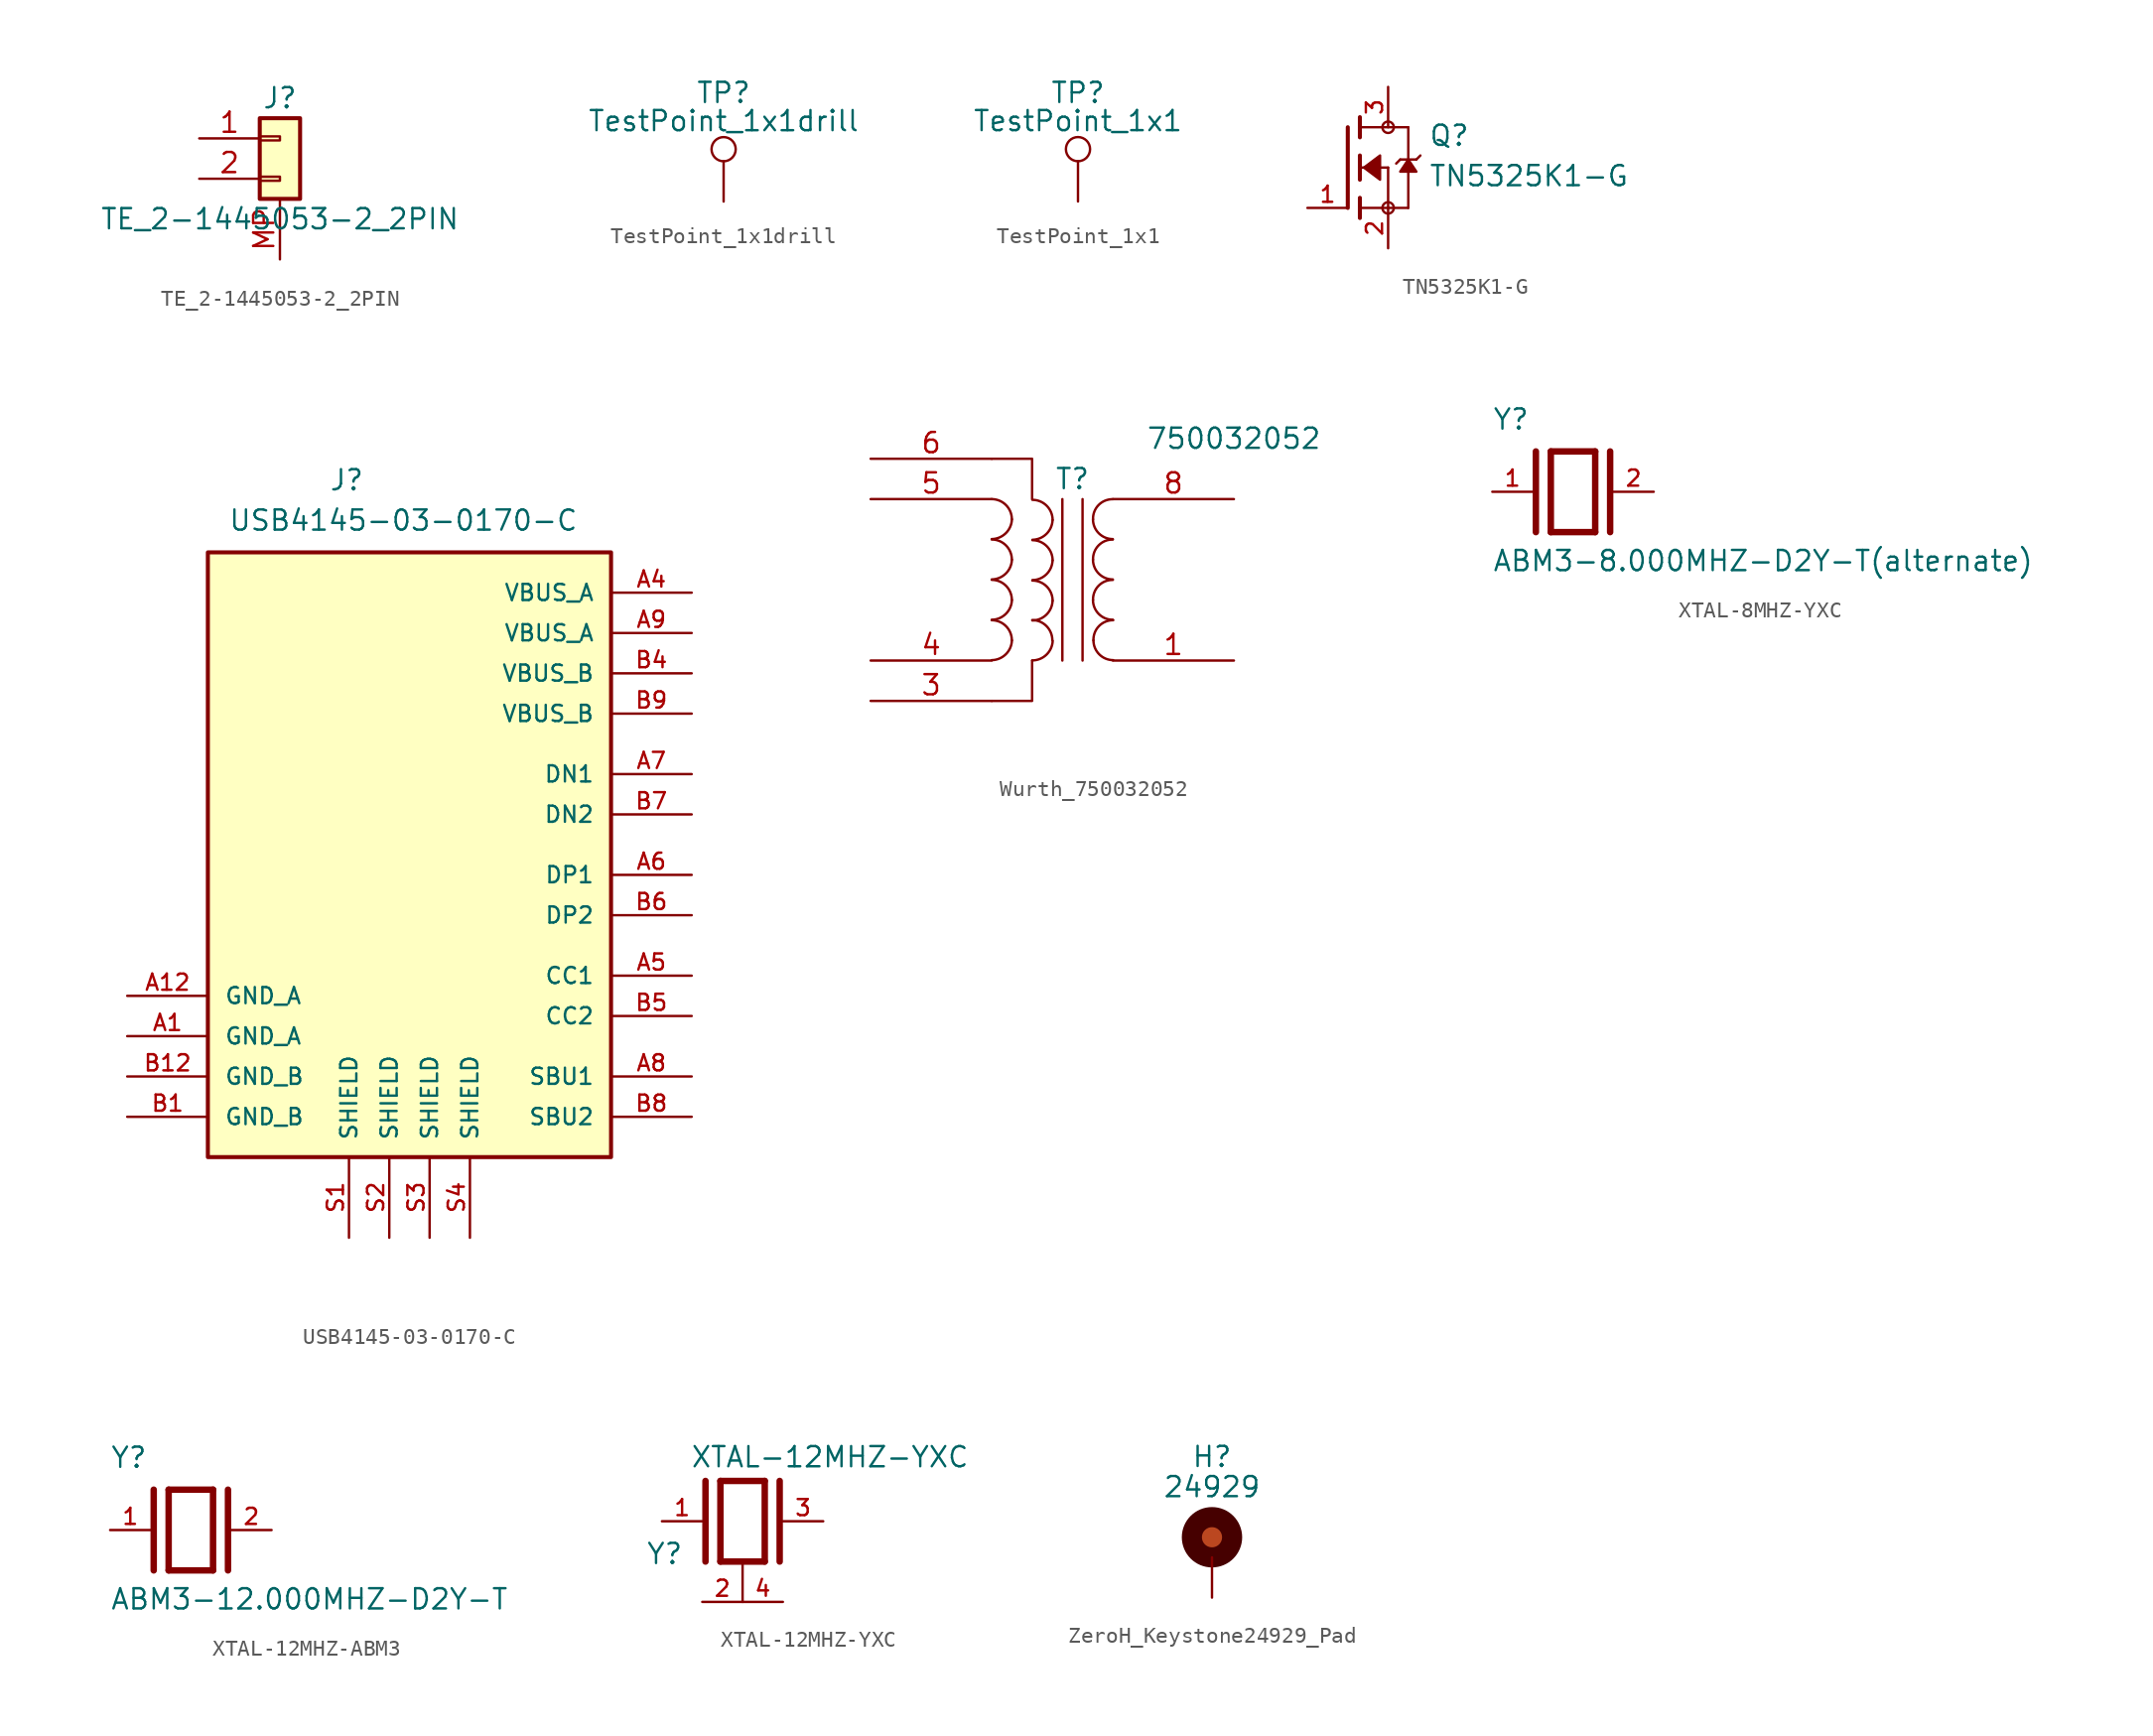
<source format=kicad_sym>
(kicad_symbol_lib
  (version 20241209)
  (generator "kicad_symbol_editor")
  (generator_version "9.0")
  (symbol "TE_2-1445053-2_2PIN"
    (pin_names
      (offset 1.016)
      (hide yes))
    (property "Reference" "J"
      (at 0 2.54 0)
      (effects (font (size 1.27 1.27))))
    (property "Value" "TE_2-1445053-2_2PIN"
      (at 0 -5.08 0)
      (effects (font (size 1.27 1.27))))
    (symbol "TE_2-1445053-2_2PIN_1_1"
      (rectangle (start -1.27 1.27) (end 1.27 -3.81) (stroke (width 0.254) (type default)) (fill (type background)))
      (rectangle (start -1.27 0.127) (end 0 -0.127) (stroke (width 0.152) (type default)) (fill (type none)))
      (rectangle (start -1.27 -2.413) (end 0 -2.667) (stroke (width 0.152) (type default)) (fill (type none)))
      (pin passive line (at -5.08 0 0) (length 3.81) (name "Pin_1" (effects (font (size 1.27 1.27)))) (number "1" (effects (font (size 1.27 1.27)))))
      (pin passive line (at -5.08 -2.54 0) (length 3.81) (name "Pin_2" (effects (font (size 1.27 1.27)))) (number "2" (effects (font (size 1.27 1.27)))))
      (pin passive line (at 0 -7.62 90) (length 3.81) (name "MP" (effects (font (size 1.27 1.27)))) (number "MP" (effects (font (size 1.27 1.27)))))
      (pin no_connect line (at 0 -7.62 90) (length 3.81) (hide yes) (name "MP1" (effects (font (size 1.27 1.27)))) (number "MP1" (effects (font (size 1.27 1.27)))))
      (pin no_connect line (at 2.54 -7.62 90) (length 3.81) (hide yes) (name "MP2" (effects (font (size 1.27 1.27)))) (number "MP2" (effects (font (size 1.27 1.27)))))))
  (symbol "TestPoint_1x1drill"
    (pin_numbers
      (hide yes))
    (pin_names
      (offset 0.762)
      (hide yes))
    (property "Reference" "TP"
      (at 0 6.858 0)
      (effects (font (size 1.27 1.27))))
    (property "Value" "TestPoint_1x1drill"
      (at 0 5.08 0)
      (effects (font (size 1.27 1.27))))
    (symbol "TestPoint_1x1drill_0_1"
      (circle (center 0 3.302) (radius 0.762) (stroke (width 0) (type default)) (fill (type none))))
    (symbol "TestPoint_1x1drill_1_1"
      (pin passive line (at 0 0 90) (length 2.54) (name "1" (effects (font (size 1.27 1.27)))) (number "1" (effects (font (size 1.27 1.27)))))))
  (symbol "TestPoint_1x1"
    (pin_numbers
      (hide yes))
    (pin_names
      (offset 0.762)
      (hide yes))
    (property "Reference" "TP"
      (at 0 6.858 0)
      (effects (font (size 1.27 1.27))))
    (property "Value" "TestPoint_1x1"
      (at 0 5.08 0)
      (effects (font (size 1.27 1.27))))
    (symbol "TestPoint_1x1_0_1"
      (circle (center 0 3.302) (radius 0.762) (stroke (width 0) (type default)) (fill (type none))))
    (symbol "TestPoint_1x1_1_1"
      (pin passive line (at 0 0 90) (length 2.54) (name "1" (effects (font (size 1.27 1.27)))) (number "1" (effects (font (size 1.27 1.27)))))))
  (symbol "TN5325K1-G"
    (pin_names
      (offset 1.016))
    (property "Reference" "Q"
      (at 5.08 1.27 0)
      (effects (font (size 1.27 1.27)) (justify left bottom)))
    (property "Value" "TN5325K1-G"
      (at 5.08 -1.27 0)
      (effects (font (size 1.27 1.27)) (justify left bottom)))
    (symbol "TN5325K1-G_0_0"
      (polyline (pts (xy 0 2.54) (xy 0 -2.54)) (stroke (width 0.254) (type default)) (fill (type none)))
      (polyline (pts (xy 0.762 3.175) (xy 0.762 2.54)) (stroke (width 0.254) (type default)) (fill (type none)))
      (polyline (pts (xy 0.762 2.54) (xy 0.762 1.905)) (stroke (width 0.254) (type default)) (fill (type none)))
      (polyline (pts (xy 0.762 2.54) (xy 3.81 2.54)) (stroke (width 0.152) (type default)) (fill (type none)))
      (polyline (pts (xy 0.762 0.762) (xy 0.762 0)) (stroke (width 0.254) (type default)) (fill (type none)))
      (polyline (pts (xy 0.762 0) (xy 0.762 -0.762)) (stroke (width 0.254) (type default)) (fill (type none)))
      (polyline (pts (xy 0.762 0) (xy 2.54 0)) (stroke (width 0.152) (type default)) (fill (type none)))
      (polyline (pts (xy 0.762 -1.905) (xy 0.762 -2.54)) (stroke (width 0.254) (type default)) (fill (type none)))
      (polyline (pts (xy 0.762 -2.54) (xy 0.762 -3.175)) (stroke (width 0.254) (type default)) (fill (type none)))
      (polyline (pts (xy 1.016 0) (xy 2.032 0.762) (xy 2.032 -0.762) (xy 1.016 0)) (stroke (width 0.152) (type default)) (fill (type outline)))
      (circle (center 2.54 2.54) (radius 0.359) (stroke (width 0) (type default)) (fill (type none)))
      (polyline (pts (xy 2.54 0) (xy 2.54 -2.54)) (stroke (width 0.152) (type default)) (fill (type none)))
      (polyline (pts (xy 2.54 -2.54) (xy 0.762 -2.54)) (stroke (width 0.152) (type default)) (fill (type none)))
      (polyline (pts (xy 2.54 -2.54) (xy 3.81 -2.54)) (stroke (width 0.152) (type default)) (fill (type none)))
      (circle (center 2.54 -2.54) (radius 0.359) (stroke (width 0) (type default)) (fill (type none)))
      (polyline (pts (xy 3.302 0.508) (xy 3.048 0.254)) (stroke (width 0.152) (type default)) (fill (type none)))
      (polyline (pts (xy 3.81 2.54) (xy 3.81 0.508)) (stroke (width 0.152) (type default)) (fill (type none)))
      (polyline (pts (xy 3.81 0.508) (xy 3.302 0.508)) (stroke (width 0.152) (type default)) (fill (type none)))
      (polyline (pts (xy 3.81 0.508) (xy 3.81 -2.54)) (stroke (width 0.152) (type default)) (fill (type none)))
      (polyline (pts (xy 3.81 0.508) (xy 3.302 -0.254) (xy 4.318 -0.254) (xy 3.81 0.508)) (stroke (width 0.152) (type default)) (fill (type outline)))
      (polyline (pts (xy 4.318 0.508) (xy 3.81 0.508)) (stroke (width 0.152) (type default)) (fill (type none)))
      (polyline (pts (xy 4.572 0.762) (xy 4.318 0.508)) (stroke (width 0.152) (type default)) (fill (type none)))
      (pin passive line (at -2.54 -2.54 0) (length 2.54) (name "~" (effects (font (size 1.016 1.016)))) (number "1" (effects (font (size 1.016 1.016)))))
      (pin passive line (at 2.54 5.08 270) (length 2.54) (name "~" (effects (font (size 1.016 1.016)))) (number "3" (effects (font (size 1.016 1.016)))))
      (pin passive line (at 2.54 -5.08 90) (length 2.54) (name "~" (effects (font (size 1.016 1.016)))) (number "2" (effects (font (size 1.016 1.016)))))))
  (symbol "USB4145-03-0170-C"
    (pin_names
      (offset 1.016))
    (property "Reference" "J"
      (at -5.08 29.21 0)
      (effects (font (size 1.27 1.27)) (justify left bottom)))
    (property "Value" "USB4145-03-0170-C"
      (at -11.43 26.67 0)
      (effects (font (size 1.27 1.27)) (justify left bottom)))
    (symbol "USB4145-03-0170-C_0_0"
      (rectangle (start -12.7 25.4) (end 12.7 -12.7) (stroke (width 0.254) (type default)) (fill (type background)))
      (pin power_in line (at -17.78 -2.54 0) (length 5.08) (name "GND_A" (effects (font (size 1.016 1.016)))) (number "A12" (effects (font (size 1.016 1.016)))))
      (pin power_in line (at -17.78 -5.08 0) (length 5.08) (name "GND_A" (effects (font (size 1.016 1.016)))) (number "A1" (effects (font (size 1.016 1.016)))))
      (pin power_in line (at -17.78 -7.62 0) (length 5.08) (name "GND_B" (effects (font (size 1.016 1.016)))) (number "B12" (effects (font (size 1.016 1.016)))))
      (pin power_in line (at -17.78 -10.16 0) (length 5.08) (name "GND_B" (effects (font (size 1.016 1.016)))) (number "B1" (effects (font (size 1.016 1.016)))))
      (pin passive line (at -3.81 -17.78 90) (length 5.08) (name "SHIELD" (effects (font (size 1.016 1.016)))) (number "S1" (effects (font (size 1.016 1.016)))))
      (pin passive line (at -1.27 -17.78 90) (length 5.08) (name "SHIELD" (effects (font (size 1.016 1.016)))) (number "S2" (effects (font (size 1.016 1.016)))))
      (pin passive line (at 1.27 -17.78 90) (length 5.08) (name "SHIELD" (effects (font (size 1.016 1.016)))) (number "S3" (effects (font (size 1.016 1.016)))))
      (pin passive line (at 3.81 -17.78 90) (length 5.08) (name "SHIELD" (effects (font (size 1.016 1.016)))) (number "S4" (effects (font (size 1.016 1.016)))))
      (pin power_in line (at 17.78 22.86 180) (length 5.08) (name "VBUS_A" (effects (font (size 1.016 1.016)))) (number "A4" (effects (font (size 1.016 1.016)))))
      (pin power_in line (at 17.78 20.32 180) (length 5.08) (name "VBUS_A" (effects (font (size 1.016 1.016)))) (number "A9" (effects (font (size 1.016 1.016)))))
      (pin power_in line (at 17.78 17.78 180) (length 5.08) (name "VBUS_B" (effects (font (size 1.016 1.016)))) (number "B4" (effects (font (size 1.016 1.016)))))
      (pin power_in line (at 17.78 15.24 180) (length 5.08) (name "VBUS_B" (effects (font (size 1.016 1.016)))) (number "B9" (effects (font (size 1.016 1.016)))))
      (pin bidirectional line (at 17.78 11.43 180) (length 5.08) (name "DN1" (effects (font (size 1.016 1.016)))) (number "A7" (effects (font (size 1.016 1.016)))))
      (pin bidirectional line (at 17.78 8.89 180) (length 5.08) (name "DN2" (effects (font (size 1.016 1.016)))) (number "B7" (effects (font (size 1.016 1.016)))))
      (pin bidirectional line (at 17.78 5.08 180) (length 5.08) (name "DP1" (effects (font (size 1.016 1.016)))) (number "A6" (effects (font (size 1.016 1.016)))))
      (pin bidirectional line (at 17.78 2.54 180) (length 5.08) (name "DP2" (effects (font (size 1.016 1.016)))) (number "B6" (effects (font (size 1.016 1.016)))))
      (pin bidirectional line (at 17.78 -1.27 180) (length 5.08) (name "CC1" (effects (font (size 1.016 1.016)))) (number "A5" (effects (font (size 1.016 1.016)))))
      (pin bidirectional line (at 17.78 -3.81 180) (length 5.08) (name "CC2" (effects (font (size 1.016 1.016)))) (number "B5" (effects (font (size 1.016 1.016)))))
      (pin bidirectional line (at 17.78 -7.62 180) (length 5.08) (name "SBU1" (effects (font (size 1.016 1.016)))) (number "A8" (effects (font (size 1.016 1.016)))))
      (pin bidirectional line (at 17.78 -10.16 180) (length 5.08) (name "SBU2" (effects (font (size 1.016 1.016)))) (number "B8" (effects (font (size 1.016 1.016)))))))
  (symbol "Wurth_750032052"
    (pin_names
      (offset 1.016)
      (hide yes))
    (property "Reference" "T"
      (at 0 6.35 0)
      (effects (font (size 1.27 1.27))))
    (property "Value" "750032052"
      (at 10.16 8.89 0)
      (effects (font (size 1.27 1.27))))
    (symbol "Wurth_750032052_0_1"
      (arc (start -3.81 3.81) (mid -4.1961 2.9337) (end -5.08 2.5654) (stroke (width 0) (type default)) (fill (type none)))
      (arc (start -3.81 1.27) (mid -4.1961 0.3937) (end -5.08 0.0254) (stroke (width 0) (type default)) (fill (type none)))
      (arc (start -3.81 -1.27) (mid -4.1961 -2.1463) (end -5.08 -2.5146) (stroke (width 0) (type default)) (fill (type none)))
      (arc (start -3.81 -3.81) (mid -4.1961 -4.6863) (end -5.08 -5.0546) (stroke (width 0) (type default)) (fill (type none)))
      (arc (start -5.08 5.08) (mid -4.182 4.708) (end -3.81 3.81) (stroke (width 0) (type default)) (fill (type none)))
      (arc (start -5.08 2.54) (mid -4.182 2.168) (end -3.81 1.27) (stroke (width 0) (type default)) (fill (type none)))
      (arc (start -5.08 0) (mid -4.182 -0.372) (end -3.81 -1.27) (stroke (width 0) (type default)) (fill (type none)))
      (arc (start -5.08 -2.54) (mid -4.182 -2.912) (end -3.81 -3.81) (stroke (width 0) (type default)) (fill (type none)))
      (polyline (pts (xy -5.08 7.62) (xy -2.54 7.62) (xy -2.54 5.08)) (stroke (width 0) (type default)) (fill (type none)))
      (polyline (pts (xy -5.08 -7.62) (xy -2.54 -7.62) (xy -2.54 -5.08)) (stroke (width 0) (type default)) (fill (type none)))
      (arc (start -1.2517 3.7657) (mid -1.6378 2.8894) (end -2.5217 2.5211) (stroke (width 0) (type default)) (fill (type none)))
      (arc (start -1.2517 1.2257) (mid -1.6378 0.3494) (end -2.5217 -0.0189) (stroke (width 0) (type default)) (fill (type none)))
      (arc (start -1.2517 -1.3143) (mid -1.6378 -2.1906) (end -2.5217 -2.5589) (stroke (width 0) (type default)) (fill (type none)))
      (arc (start -2.5316 -2.5316) (mid -1.636 -2.906) (end -1.2616 -3.8016) (stroke (width 0) (type default)) (fill (type none)))
      (arc (start -1.2433 -3.8459) (mid -1.6425 -4.7162) (end -2.5316 -5.0716) (stroke (width 0) (type default)) (fill (type none)))
      (arc (start -2.5217 5.0357) (mid -1.6237 4.6637) (end -1.2517 3.7657) (stroke (width 0) (type default)) (fill (type none)))
      (arc (start -2.5217 2.4957) (mid -1.6237 2.1237) (end -1.2517 1.2257) (stroke (width 0) (type default)) (fill (type none)))
      (arc (start -2.5217 -0.0443) (mid -1.6237 -0.4163) (end -1.2517 -1.3143) (stroke (width 0) (type default)) (fill (type none)))
      (polyline (pts (xy -0.635 5.08) (xy -0.635 -5.08)) (stroke (width 0) (type default)) (fill (type none)))
      (polyline (pts (xy 0.635 -5.08) (xy 0.635 5.08)) (stroke (width 0) (type default)) (fill (type none)))
      (arc (start 1.2954 3.81) (mid 1.6457 4.7117) (end 2.54 5.08) (stroke (width 0) (type default)) (fill (type none)))
      (arc (start 1.2954 1.27) (mid 1.6457 2.1717) (end 2.54 2.54) (stroke (width 0) (type default)) (fill (type none)))
      (arc (start 1.2954 -1.27) (mid 1.6457 -0.3683) (end 2.54 0) (stroke (width 0) (type default)) (fill (type none)))
      (arc (start 2.54 2.5654) (mid 1.6599 2.9299) (end 1.2954 3.81) (stroke (width 0) (type default)) (fill (type none)))
      (arc (start 2.54 0.0254) (mid 1.6599 0.3899) (end 1.2954 1.27) (stroke (width 0) (type default)) (fill (type none)))
      (arc (start 2.54 -2.5146) (mid 1.6599 -2.1501) (end 1.2954 -1.27) (stroke (width 0) (type default)) (fill (type none)))
      (arc (start 1.3208 -3.81) (mid 1.6711 -2.9085) (end 2.5654 -2.54) (stroke (width 0) (type default)) (fill (type none)))
      (arc (start 2.5654 -5.0546) (mid 1.6851 -4.6902) (end 1.3208 -3.81) (stroke (width 0) (type default)) (fill (type none))))
    (symbol "Wurth_750032052_1_1"
      (pin no_connect line (at -12.7 10.16 0) (length 7.62) (hide yes) (name "Vin3" (effects (font (size 1.27 1.27)))) (number "7" (effects (font (size 1.27 1.27)))))
      (pin passive line (at -12.7 7.62 0) (length 7.62) (name "Vin2" (effects (font (size 1.27 1.27)))) (number "6" (effects (font (size 1.27 1.27)))))
      (pin passive line (at -12.7 5.08 0) (length 7.62) (name "Vin1" (effects (font (size 1.27 1.27)))) (number "5" (effects (font (size 1.27 1.27)))))
      (pin passive line (at -12.7 -5.08 0) (length 7.62) (name "VinCOM3" (effects (font (size 1.27 1.27)))) (number "4" (effects (font (size 1.27 1.27)))))
      (pin passive line (at -12.7 -7.62 0) (length 7.62) (name "VinCOM2" (effects (font (size 1.27 1.27)))) (number "3" (effects (font (size 1.27 1.27)))))
      (pin no_connect line (at -12.7 -10.16 0) (length 7.62) (hide yes) (name "VinCOM1" (effects (font (size 1.27 1.27)))) (number "2" (effects (font (size 1.27 1.27)))))
      (pin passive line (at 10.16 5.08 180) (length 7.62) (name "Vout" (effects (font (size 1.27 1.27)))) (number "8" (effects (font (size 1.27 1.27)))))
      (pin passive line (at 10.16 -5.08 180) (length 7.62) (name "VoutCOM" (effects (font (size 1.27 1.27)))) (number "1" (effects (font (size 1.27 1.27)))))))
  (symbol "XTAL-8MHZ-YXC"
    (pin_names
      (offset 1.016))
    (property "Reference" "Y"
      (at -5.088 3.816 0)
      (effects (font (size 1.27 1.27)) (justify left bottom)))
    (property "Value" "ABM3-8.000MHZ-D2Y-T(alternate)"
      (at -5.094 -5.094 0)
      (effects (font (size 1.27 1.27)) (justify left bottom)))
    (symbol "XTAL-8MHZ-YXC_0_0"
      (polyline (pts (xy -2.337 2.54) (xy -2.337 -2.54)) (stroke (width 0.406) (type default)) (fill (type none)))
      (polyline (pts (xy -1.397 2.54) (xy -1.397 -2.54)) (stroke (width 0.406) (type default)) (fill (type none)))
      (polyline (pts (xy -1.397 2.54) (xy 1.397 2.54)) (stroke (width 0.406) (type default)) (fill (type none)))
      (polyline (pts (xy 1.397 2.54) (xy 1.397 -2.54)) (stroke (width 0.406) (type default)) (fill (type none)))
      (polyline (pts (xy 1.397 -2.54) (xy -1.397 -2.54)) (stroke (width 0.406) (type default)) (fill (type none)))
      (polyline (pts (xy 2.337 2.54) (xy 2.337 -2.54)) (stroke (width 0.406) (type default)) (fill (type none)))
      (pin passive line (at -5.08 0 0) (length 2.54) (name "~" (effects (font (size 1.016 1.016)))) (number "1" (effects (font (size 1.016 1.016)))))
      (pin passive line (at 5.08 0 180) (length 2.54) (name "~" (effects (font (size 1.016 1.016)))) (number "2" (effects (font (size 1.016 1.016)))))))
  (symbol "XTAL-12MHZ-ABM3"
    (pin_names
      (offset 1.016))
    (property "Reference" "Y"
      (at -5.088 3.816 0)
      (effects (font (size 1.27 1.27)) (justify left bottom)))
    (property "Value" "ABM3-12.000MHZ-D2Y-T"
      (at -5.094 -5.094 0)
      (effects (font (size 1.27 1.27)) (justify left bottom)))
    (symbol "XTAL-12MHZ-ABM3_0_0"
      (polyline (pts (xy -2.337 2.54) (xy -2.337 -2.54)) (stroke (width 0.406) (type default)) (fill (type none)))
      (polyline (pts (xy -1.397 2.54) (xy -1.397 -2.54)) (stroke (width 0.406) (type default)) (fill (type none)))
      (polyline (pts (xy -1.397 2.54) (xy 1.397 2.54)) (stroke (width 0.406) (type default)) (fill (type none)))
      (polyline (pts (xy 1.397 2.54) (xy 1.397 -2.54)) (stroke (width 0.406) (type default)) (fill (type none)))
      (polyline (pts (xy 1.397 -2.54) (xy -1.397 -2.54)) (stroke (width 0.406) (type default)) (fill (type none)))
      (polyline (pts (xy 2.337 2.54) (xy 2.337 -2.54)) (stroke (width 0.406) (type default)) (fill (type none)))
      (pin passive line (at -5.08 0 0) (length 2.54) (name "~" (effects (font (size 1.016 1.016)))) (number "1" (effects (font (size 1.016 1.016)))))
      (pin passive line (at 5.08 0 180) (length 2.54) (name "~" (effects (font (size 1.016 1.016)))) (number "2" (effects (font (size 1.016 1.016)))))))
  (symbol "XTAL-12MHZ-YXC"
    (pin_names
      (offset 1.016))
    (property "Reference" "Y"
      (at -6.096 -2.794 0)
      (effects (font (size 1.27 1.27)) (justify left bottom)))
    (property "Value" "XTAL-12MHZ-YXC"
      (at -3.302 3.302 0)
      (effects (font (size 1.27 1.27)) (justify left bottom)))
    (symbol "XTAL-12MHZ-YXC_0_0"
      (polyline (pts (xy -2.337 2.54) (xy -2.337 -2.54)) (stroke (width 0.406) (type default)) (fill (type none)))
      (polyline (pts (xy -1.397 2.54) (xy -1.397 -2.54)) (stroke (width 0.406) (type default)) (fill (type none)))
      (polyline (pts (xy -1.397 2.54) (xy 1.397 2.54)) (stroke (width 0.406) (type default)) (fill (type none)))
      (polyline (pts (xy 1.397 2.54) (xy 1.397 -2.54)) (stroke (width 0.406) (type default)) (fill (type none)))
      (polyline (pts (xy 1.397 -2.54) (xy -1.397 -2.54)) (stroke (width 0.406) (type default)) (fill (type none)))
      (polyline (pts (xy 2.337 2.54) (xy 2.337 -2.54)) (stroke (width 0.406) (type default)) (fill (type none)))
      (pin passive line (at -5.08 0 0) (length 2.54) (name "~" (effects (font (size 1.016 1.016)))) (number "1" (effects (font (size 1.016 1.016)))))
      (pin passive line (at -2.54 -5.08 0) (length 2.54) (name "~" (effects (font (size 1.016 1.016)))) (number "2" (effects (font (size 1.016 1.016))))))
    (symbol "XTAL-12MHZ-YXC_0_1"
      (polyline (pts (xy 0 -2.54) (xy 0 -5.08)) (stroke (width 0) (type default)) (fill (type none))))
    (symbol "XTAL-12MHZ-YXC_1_0"
      (pin passive line (at 2.54 -5.08 180) (length 2.54) (name "~" (effects (font (size 1.016 1.016)))) (number "4" (effects (font (size 1.016 1.016)))))
      (pin passive line (at 5.08 0 180) (length 2.54) (name "~" (effects (font (size 1.016 1.016)))) (number "3" (effects (font (size 1.016 1.016)))))))
  (symbol "ZeroH_Keystone24929_Pad"
    (pin_numbers
      (hide yes))
    (pin_names
      (offset 1.016)
      (hide yes))
    (property "Reference" "H"
      (at 0 6.35 0)
      (effects (font (size 1.27 1.27))))
    (property "Value" "24929"
      (at 0 4.445 0)
      (effects (font (size 1.27 1.27))))
    (symbol "ZeroH_Keystone24929_Pad_1_1"
      (circle (center 0 1.27) (radius 1.27) (stroke (width 1.27) (type default) (color 70 0 0 1)) (fill (type color) (color 187 71 32 1)))
      (pin input line (at 0 -2.54 90) (length 2.54) (name "1" (effects (font (size 1.27 1.27)))) (number "1" (effects (font (size 1.27 1.27))))))))
</source>
